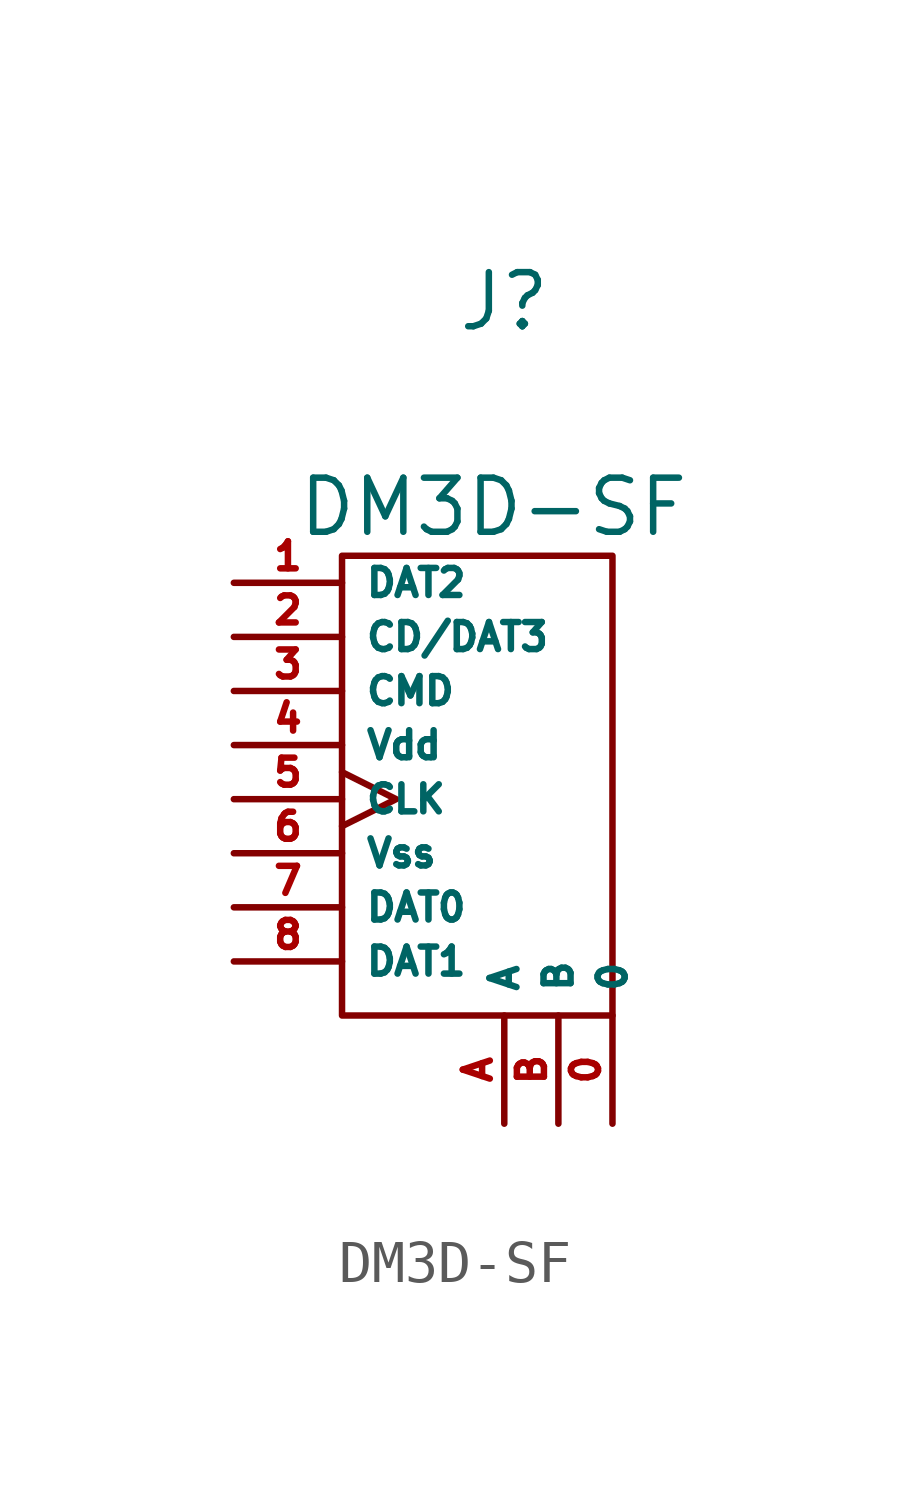
<source format=kicad_sym>
(kicad_symbol_lib
  (version 20241209)
  (generator "kicad_symbol_editor")
  (generator_version "9.0")
  (symbol "DM3D-SF"
    (property "Reference" "J"
      (at 0 10.414 0)
      (effects (font (size 1.27 1.27))))
    (property "Value" "DM3D-SF"
      (at -0.254 5.588 0)
      (effects (font (size 1.27 1.27))))
    (symbol "DM3D-SF_0_1"
      (rectangle (start -3.81 4.445) (end 2.54 -6.35) (stroke (width 0) (type solid)) (fill (type none))))
    (symbol "DM3D-SF_1_1"
      (pin bidirectional line (at -6.35 3.81 0) (length 2.54) (name "DAT2" (effects (font (size 0.635 0.635)))) (number "1" (effects (font (size 0.635 0.635)))))
      (pin bidirectional line (at -6.35 2.54 0) (length 2.54) (name "CD/DAT3" (effects (font (size 0.635 0.635)))) (number "2" (effects (font (size 0.635 0.635)))))
      (pin bidirectional line (at -6.35 1.27 0) (length 2.54) (name "CMD" (effects (font (size 0.635 0.635)))) (number "3" (effects (font (size 0.635 0.635)))))
      (pin power_in line (at -6.35 0 0) (length 2.54) (name "Vdd" (effects (font (size 0.635 0.635)))) (number "4" (effects (font (size 0.635 0.635)))))
      (pin input clock (at -6.35 -1.27 0) (length 2.54) (name "CLK" (effects (font (size 0.635 0.635)))) (number "5" (effects (font (size 0.635 0.635)))))
      (pin power_in line (at -6.35 -2.54 0) (length 2.54) (name "Vss" (effects (font (size 0.635 0.635)))) (number "6" (effects (font (size 0.635 0.635)))))
      (pin bidirectional line (at -6.35 -3.81 0) (length 2.54) (name "DAT0" (effects (font (size 0.635 0.635)))) (number "7" (effects (font (size 0.635 0.635)))))
      (pin bidirectional line (at -6.35 -5.08 0) (length 2.54) (name "DAT1" (effects (font (size 0.635 0.635)))) (number "8" (effects (font (size 0.635 0.635)))))
      (pin passive line (at 0 -8.89 90) (length 2.54) (name "A" (effects (font (size 0.635 0.635)))) (number "A" (effects (font (size 0.635 0.635)))))
      (pin passive line (at 1.27 -8.89 90) (length 2.54) (name "B" (effects (font (size 0.635 0.635)))) (number "B" (effects (font (size 0.635 0.635)))))
      (pin passive line (at 2.54 -8.89 90) (length 2.54) (name "0" (effects (font (size 0.635 0.635)))) (number "0" (effects (font (size 0.635 0.635))))))))
</source>
